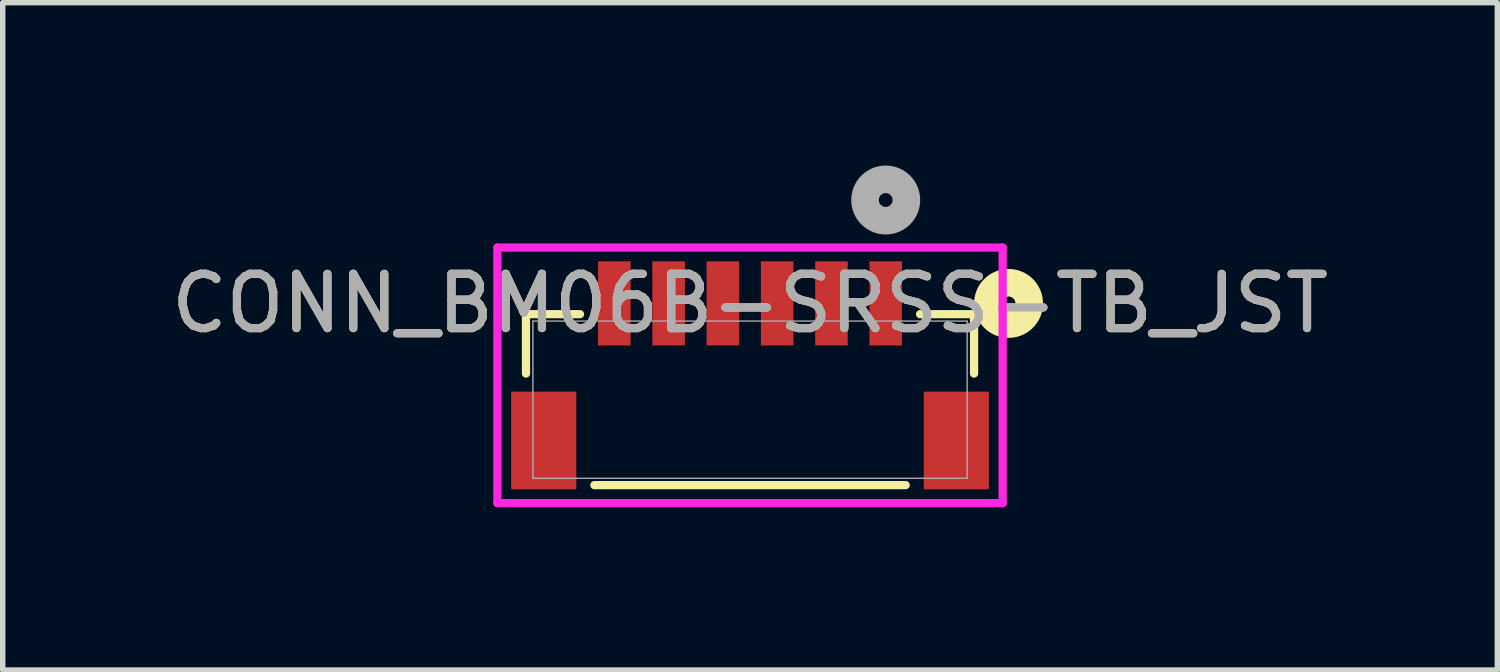
<source format=kicad_pcb>
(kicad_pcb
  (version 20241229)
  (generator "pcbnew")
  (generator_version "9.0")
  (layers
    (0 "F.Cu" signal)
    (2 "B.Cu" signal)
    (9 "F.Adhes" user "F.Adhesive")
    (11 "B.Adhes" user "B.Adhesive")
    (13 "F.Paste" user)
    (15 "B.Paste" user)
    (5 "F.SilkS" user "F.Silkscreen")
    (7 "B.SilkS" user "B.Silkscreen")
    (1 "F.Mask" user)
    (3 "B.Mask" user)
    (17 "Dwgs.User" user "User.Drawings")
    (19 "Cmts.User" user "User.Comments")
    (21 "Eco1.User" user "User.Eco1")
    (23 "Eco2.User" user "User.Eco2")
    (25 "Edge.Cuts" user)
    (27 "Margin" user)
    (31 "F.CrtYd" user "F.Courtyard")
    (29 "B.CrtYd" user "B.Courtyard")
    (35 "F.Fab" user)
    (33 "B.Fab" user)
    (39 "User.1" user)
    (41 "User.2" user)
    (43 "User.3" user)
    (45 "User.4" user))
  (footprint "CONN_BM06B-SRSS-TB_JST"
    (layer "F.Cu")
    (at 10.768 4.313)
    (property "Reference" "CONN_BM06B-SRSS-TB_JST" (at 0 -1.773 0) (unlocked yes) (layer "F.SilkS") (effects (font (size 1 1) (thickness 0.15))))
    (attr smd)
    (fp_line (start -4.128 -1.575) (end -4.128 -0.481) (stroke (width 0.152) (type solid)) (layer "F.SilkS"))
    (fp_line (start -3.133 -1.575) (end -4.128 -1.575) (stroke (width 0.152) (type solid)) (layer "F.SilkS"))
    (fp_line (start -2.867 1.575) (end 2.867 1.575) (stroke (width 0.152) (type solid)) (layer "F.SilkS"))
    (fp_line (start 4.128 -1.575) (end 3.133 -1.575) (stroke (width 0.152) (type solid)) (layer "F.SilkS"))
    (fp_line (start 4.128 -0.481) (end 4.128 -1.575) (stroke (width 0.152) (type solid)) (layer "F.SilkS"))
    (fp_circle (center 4.763 -1.773) (end 5.144 -1.773) (stroke (width 0.508) (type solid)) (fill no) (layer "F.SilkS"))
    (fp_line (start -4.654 -2.802) (end -4.654 1.906) (stroke (width 0.152) (type solid)) (layer "F.CrtYd"))
    (fp_line (start -4.654 1.906) (end 4.654 1.906) (stroke (width 0.152) (type solid)) (layer "F.CrtYd"))
    (fp_line (start 4.654 -2.802) (end -4.654 -2.802) (stroke (width 0.152) (type solid)) (layer "F.CrtYd"))
    (fp_line (start 4.654 1.906) (end 4.654 -2.802) (stroke (width 0.152) (type solid)) (layer "F.CrtYd"))
    (fp_line (start -4 -1.448) (end -4 1.448) (stroke (width 0.025) (type solid)) (layer "F.Fab"))
    (fp_line (start -4 1.448) (end 4 1.448) (stroke (width 0.025) (type solid)) (layer "F.Fab"))
    (fp_line (start 4 -1.448) (end -4 -1.448) (stroke (width 0.025) (type solid)) (layer "F.Fab"))
    (fp_line (start 4 1.448) (end 4 -1.448) (stroke (width 0.025) (type solid)) (layer "F.Fab"))
    (fp_circle (center 2.5 -3.678) (end 2.881 -3.678) (stroke (width 0.508) (type solid)) (fill no) (layer "F.Fab"))
    (fp_text user "${REFERENCE}" (at 0 -1.773 0) (unlocked yes) (layer "F.Fab") (effects (font (size 1 1) (thickness 0.15))))
    (pad "1" smd rect (at 2.5 -1.773) (size 0.6 1.55) (layers "F.Cu" "F.Mask" "F.Paste"))
    (pad "2" smd rect (at 1.5 -1.773) (size 0.6 1.55) (layers "F.Cu" "F.Mask" "F.Paste"))
    (pad "3" smd rect (at 0.5 -1.773) (size 0.6 1.55) (layers "F.Cu" "F.Mask" "F.Paste"))
    (pad "4" smd rect (at -0.5 -1.773) (size 0.6 1.55) (layers "F.Cu" "F.Mask" "F.Paste"))
    (pad "5" smd rect (at -1.5 -1.773) (size 0.6 1.55) (layers "F.Cu" "F.Mask" "F.Paste"))
    (pad "6" smd rect (at -2.5 -1.773) (size 0.6 1.55) (layers "F.Cu" "F.Mask" "F.Paste"))
    (pad "7" smd rect (at -3.8 0.752) (size 1.2 1.8) (layers "F.Cu" "F.Mask" "F.Paste"))
    (pad "8" smd rect (at 3.8 0.752) (size 1.2 1.8) (layers "F.Cu" "F.Mask" "F.Paste")))
  (gr_rect
    (start -3 -3)
    (end 24.536 9.295)
    (stroke (width 0.1) (type default))
    (fill no)
    (layer "Edge.Cuts")))
</source>
